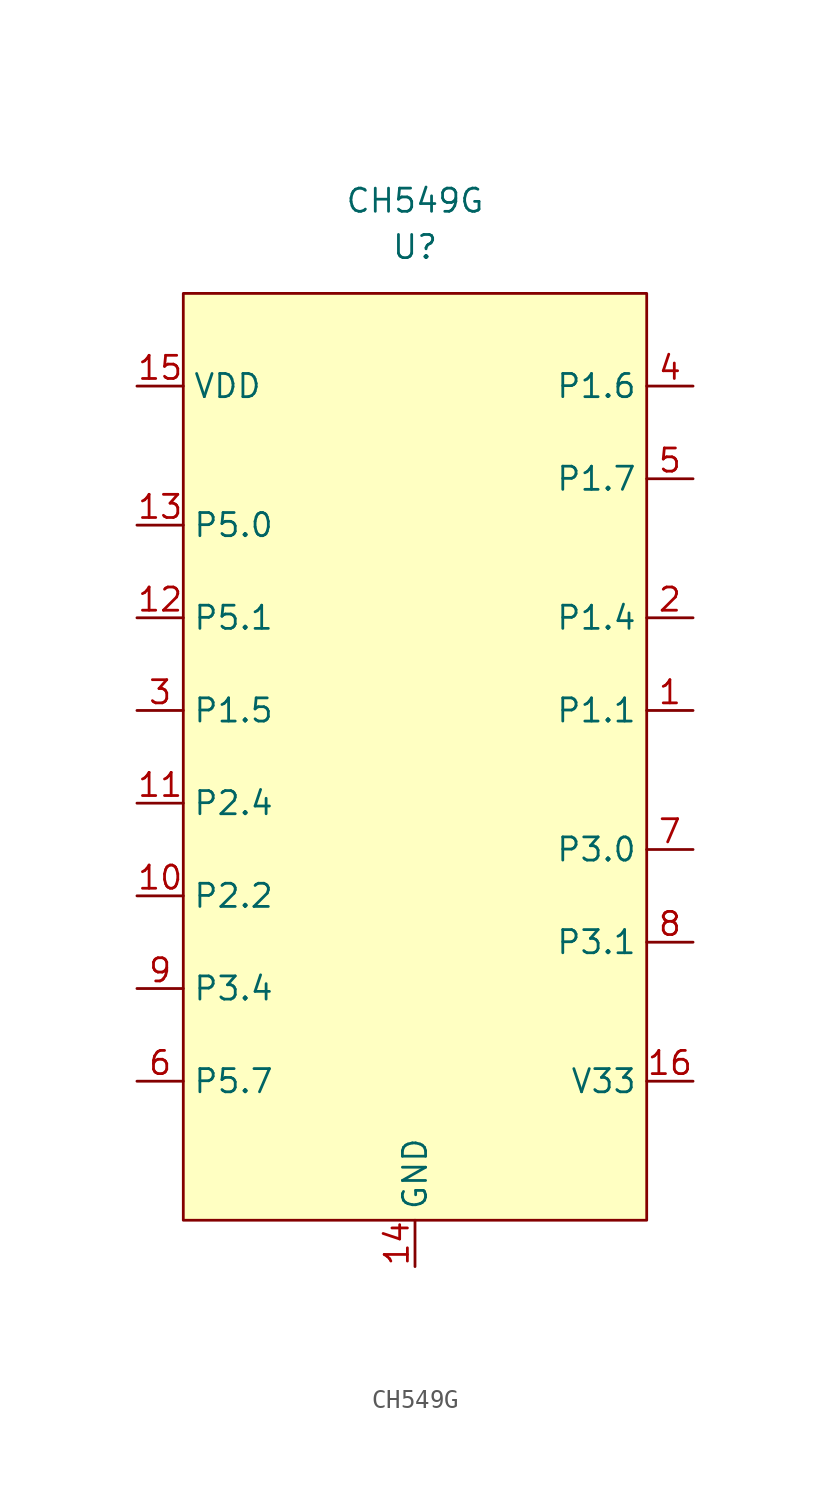
<source format=kicad_sym>
(kicad_symbol_lib
  (version 20220914)
  (generator kicad_symbol_editor)
  (symbol "CH549G"
    (property "Reference" "U"
      (at 0 27.94 0)
      (effects (font (size 1.27 1.27))))
    (property "Value" "CH549G"
      (at 0 30.48 0)
      (effects (font (size 1.27 1.27))))
    (symbol "CH549G_0_1"
      (rectangle (start -12.7 25.4) (end 12.7 -25.4) (stroke (width 0.152) (type default)) (fill (type background))))
    (symbol "CH549G_1_1"
      (pin bidirectional line (at 15.24 2.54 180) (length 2.54) (name "P1.1" (effects (font (size 1.27 1.27)))) (number "1" (effects (font (size 1.27 1.27)))) (alternate "AIN1" input line) (alternate "CAP2" input line) (alternate "T2EX" input line))
      (pin bidirectional line (at -15.24 -7.62 0) (length 2.54) (name "P2.2" (effects (font (size 1.27 1.27)))) (number "10" (effects (font (size 1.27 1.27)))) (alternate "INT0" unspecified line) (alternate "PWM3" output line))
      (pin bidirectional line (at -15.24 -2.54 0) (length 2.54) (name "P2.4" (effects (font (size 1.27 1.27)))) (number "11" (effects (font (size 1.27 1.27)))) (alternate "CAP1" input line) (alternate "PWM1" output line) (alternate "T2" bidirectional line))
      (pin bidirectional line (at -15.24 7.62 0) (length 2.54) (name "P5.1" (effects (font (size 1.27 1.27)))) (number "12" (effects (font (size 1.27 1.27)))) (alternate "DP" bidirectional line))
      (pin bidirectional line (at -15.24 12.7 0) (length 2.54) (name "P5.0" (effects (font (size 1.27 1.27)))) (number "13" (effects (font (size 1.27 1.27)))) (alternate "DM" bidirectional line))
      (pin passive line (at 0 -27.94 90) (length 2.54) (name "GND" (effects (font (size 1.27 1.27)))) (number "14" (effects (font (size 1.27 1.27)))))
      (pin power_in line (at -15.24 20.32 0) (length 2.54) (name "VDD" (effects (font (size 1.27 1.27)))) (number "15" (effects (font (size 1.27 1.27)))))
      (pin power_out line (at 15.24 -17.78 180) (length 2.54) (name "V33" (effects (font (size 1.27 1.27)))) (number "16" (effects (font (size 1.27 1.27)))))
      (pin bidirectional line (at 15.24 7.62 180) (length 2.54) (name "P1.4" (effects (font (size 1.27 1.27)))) (number "2" (effects (font (size 1.27 1.27)))) (alternate "AIN4" input line) (alternate "SCS" input line) (alternate "UCC1" bidirectional line))
      (pin bidirectional line (at -15.24 2.54 0) (length 2.54) (name "P1.5" (effects (font (size 1.27 1.27)))) (number "3" (effects (font (size 1.27 1.27)))) (alternate "AIN5" input line) (alternate "MOSI" output line) (alternate "PWM0" output line) (alternate "UCC2" bidirectional line))
      (pin bidirectional line (at 15.24 20.32 180) (length 2.54) (name "P1.6" (effects (font (size 1.27 1.27)))) (number "4" (effects (font (size 1.27 1.27)))) (alternate "AIN6" input line) (alternate "MISO" input line) (alternate "RXD1" input line) (alternate "VBUS" input line))
      (pin bidirectional line (at 15.24 15.24 180) (length 2.54) (name "P1.7" (effects (font (size 1.27 1.27)))) (number "5" (effects (font (size 1.27 1.27)))) (alternate "AIN7" input line) (alternate "SCK" bidirectional line) (alternate "TXD1" output line))
      (pin bidirectional line (at -15.24 -17.78 0) (length 2.54) (name "P5.7" (effects (font (size 1.27 1.27)))) (number "6" (effects (font (size 1.27 1.27)))) (alternate "RST" input line))
      (pin bidirectional line (at 15.24 -5.08 180) (length 2.54) (name "P3.0" (effects (font (size 1.27 1.27)))) (number "7" (effects (font (size 1.27 1.27)))) (alternate "RXD" input line))
      (pin bidirectional line (at 15.24 -10.16 180) (length 2.54) (name "P3.1" (effects (font (size 1.27 1.27)))) (number "8" (effects (font (size 1.27 1.27)))) (alternate "TXD" output line))
      (pin bidirectional line (at -15.24 -12.7 0) (length 2.54) (name "P3.4" (effects (font (size 1.27 1.27)))) (number "9" (effects (font (size 1.27 1.27)))) (alternate "T0" input line)))))
</source>
